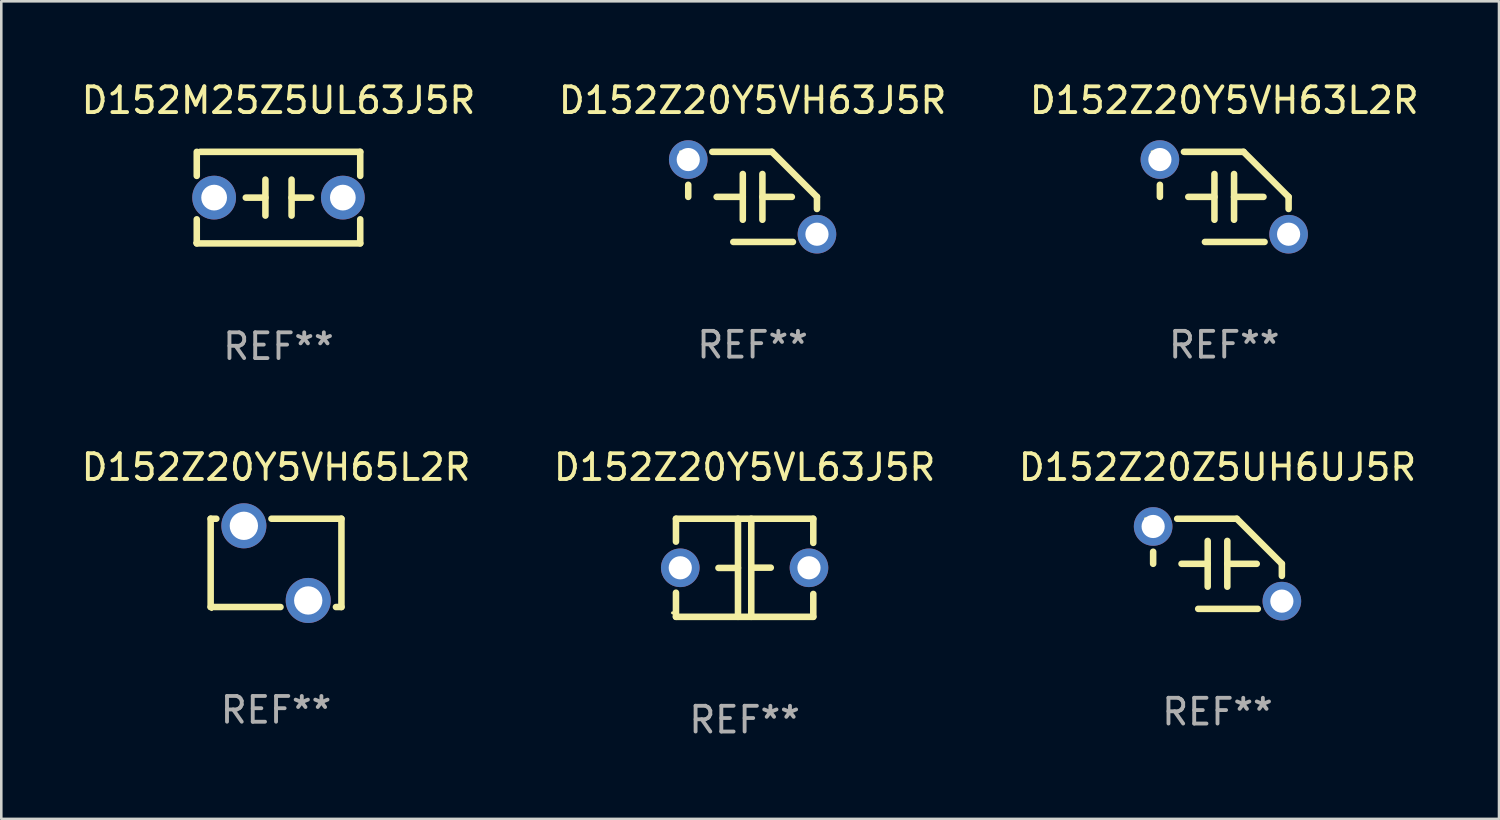
<source format=kicad_pcb>
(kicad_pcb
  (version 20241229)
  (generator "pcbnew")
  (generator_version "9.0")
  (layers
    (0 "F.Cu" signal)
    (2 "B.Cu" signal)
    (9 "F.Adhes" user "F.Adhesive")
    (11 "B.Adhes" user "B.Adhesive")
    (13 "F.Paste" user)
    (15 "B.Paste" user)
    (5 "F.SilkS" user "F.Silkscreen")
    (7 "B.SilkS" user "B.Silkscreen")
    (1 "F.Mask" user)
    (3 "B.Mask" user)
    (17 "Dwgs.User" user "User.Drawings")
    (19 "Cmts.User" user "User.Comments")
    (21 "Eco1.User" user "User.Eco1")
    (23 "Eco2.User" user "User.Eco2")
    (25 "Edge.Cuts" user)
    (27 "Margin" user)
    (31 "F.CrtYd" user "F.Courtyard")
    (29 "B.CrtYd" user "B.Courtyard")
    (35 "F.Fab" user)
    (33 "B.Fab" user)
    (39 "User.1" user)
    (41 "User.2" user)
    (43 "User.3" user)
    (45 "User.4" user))
  (footprint "D152Z20Y5VH63J5R"
    (layer "F.Cu")
    (at 26.185 4.598)
    (property "Reference" "D152Z20Y5VH63J5R" (at 0 -3.75 0) (layer "F.SilkS") (effects (font (size 1 1) (thickness 0.15))))
    (attr through_hole)
    (fp_line (start -2.5 0) (end -2.5 -0.469) (stroke (width 0.254) (type solid)) (layer "F.SilkS"))
    (fp_line (start -1.397 0) (end -0.381 0) (stroke (width 0.254) (type solid)) (layer "F.SilkS"))
    (fp_line (start -0.75 1.75) (end 1.566 1.75) (stroke (width 0.254) (type solid)) (layer "F.SilkS"))
    (fp_line (start -0.381 -0.889) (end -0.381 0.889) (stroke (width 0.254) (type solid)) (layer "F.SilkS"))
    (fp_line (start 0.381 -0.889) (end 0.381 0.889) (stroke (width 0.254) (type solid)) (layer "F.SilkS"))
    (fp_line (start 0.75 -1.75) (end -1.566 -1.75) (stroke (width 0.254) (type solid)) (layer "F.SilkS"))
    (fp_line (start 1.524 0) (end 0.381 0) (stroke (width 0.254) (type solid)) (layer "F.SilkS"))
    (fp_line (start 2.5 0) (end 2.5 0.469) (stroke (width 0.254) (type solid)) (layer "F.SilkS"))
    (fp_arc (start -2.499962 0) (mid 2.499984 -0.000022) (end -2.499962 0) (stroke (width 0.254001) (type solid)) (layer "F.SilkS"))
    (fp_arc (start 2.500013 0) (mid 1.623463 -0.873464) (end 0.749999 -1.750014) (stroke (width 0.254001) (type solid)) (layer "F.SilkS"))
    (fp_circle (center -2.8 -1.75) (end -2.77 -1.75) (stroke (width 0.06) (type solid)) (fill no) (layer "F.SilkS"))
    (fp_text user "REF**" (at 0 5.75 0) (layer "F.Fab") (effects (font (size 1 1) (thickness 0.15))))
    (pad "1" thru_hole circle (at -2.5 -1.45) (size 1.5 1.5) (drill 0.9) (layers "*.Cu" "*.Mask"))
    (pad "2" thru_hole circle (at 2.5 1.45) (size 1.5 1.5) (drill 0.9) (layers "*.Cu" "*.Mask")))
  (footprint "D152Z20Y5VH63L2R"
    (layer "F.Cu")
    (at 44.506 4.598)
    (property "Reference" "D152Z20Y5VH63L2R" (at 0 -3.75 0) (layer "F.SilkS") (effects (font (size 1 1) (thickness 0.15))))
    (attr through_hole)
    (fp_line (start -2.5 0) (end -2.5 -0.469) (stroke (width 0.254) (type solid)) (layer "F.SilkS"))
    (fp_line (start -1.397 0) (end -0.381 0) (stroke (width 0.254) (type solid)) (layer "F.SilkS"))
    (fp_line (start -0.75 1.75) (end 1.566 1.75) (stroke (width 0.254) (type solid)) (layer "F.SilkS"))
    (fp_line (start -0.381 -0.889) (end -0.381 0.889) (stroke (width 0.254) (type solid)) (layer "F.SilkS"))
    (fp_line (start 0.381 -0.889) (end 0.381 0.889) (stroke (width 0.254) (type solid)) (layer "F.SilkS"))
    (fp_line (start 0.75 -1.75) (end -1.566 -1.75) (stroke (width 0.254) (type solid)) (layer "F.SilkS"))
    (fp_line (start 1.524 0) (end 0.381 0) (stroke (width 0.254) (type solid)) (layer "F.SilkS"))
    (fp_line (start 2.5 0) (end 2.5 0.469) (stroke (width 0.254) (type solid)) (layer "F.SilkS"))
    (fp_arc (start -2.499962 0) (mid 2.499984 -0.000022) (end -2.499962 0) (stroke (width 0.254001) (type solid)) (layer "F.SilkS"))
    (fp_arc (start 2.500013 0) (mid 1.623463 -0.873464) (end 0.749999 -1.750014) (stroke (width 0.254001) (type solid)) (layer "F.SilkS"))
    (fp_circle (center -2.8 -1.75) (end -2.77 -1.75) (stroke (width 0.06) (type solid)) (fill no) (layer "F.SilkS"))
    (fp_text user "REF**" (at 0 5.75 0) (layer "F.Fab") (effects (font (size 1 1) (thickness 0.15))))
    (pad "1" thru_hole circle (at -2.5 -1.45) (size 1.5 1.5) (drill 0.9) (layers "*.Cu" "*.Mask"))
    (pad "2" thru_hole circle (at 2.5 1.45) (size 1.5 1.5) (drill 0.9) (layers "*.Cu" "*.Mask")))
  (footprint "D152Z20Z5UH6UJ5R"
    (layer "F.Cu")
    (at 44.244 18.851)
    (property "Reference" "D152Z20Z5UH6UJ5R" (at 0 -3.75 0) (layer "F.SilkS") (effects (font (size 1 1) (thickness 0.15))))
    (attr through_hole)
    (fp_line (start -2.5 0) (end -2.5 -0.469) (stroke (width 0.254) (type solid)) (layer "F.SilkS"))
    (fp_line (start -1.397 0) (end -0.381 0) (stroke (width 0.254) (type solid)) (layer "F.SilkS"))
    (fp_line (start -0.75 1.75) (end 1.566 1.75) (stroke (width 0.254) (type solid)) (layer "F.SilkS"))
    (fp_line (start -0.381 -0.889) (end -0.381 0.889) (stroke (width 0.254) (type solid)) (layer "F.SilkS"))
    (fp_line (start 0.381 -0.889) (end 0.381 0.889) (stroke (width 0.254) (type solid)) (layer "F.SilkS"))
    (fp_line (start 0.75 -1.75) (end -1.566 -1.75) (stroke (width 0.254) (type solid)) (layer "F.SilkS"))
    (fp_line (start 1.524 0) (end 0.381 0) (stroke (width 0.254) (type solid)) (layer "F.SilkS"))
    (fp_line (start 2.5 0) (end 2.5 0.469) (stroke (width 0.254) (type solid)) (layer "F.SilkS"))
    (fp_arc (start -2.499962 0) (mid 2.499984 -0.000022) (end -2.499962 0) (stroke (width 0.254001) (type solid)) (layer "F.SilkS"))
    (fp_arc (start 2.500013 0) (mid 1.623463 -0.873464) (end 0.749999 -1.750014) (stroke (width 0.254001) (type solid)) (layer "F.SilkS"))
    (fp_circle (center -2.8 -1.75) (end -2.77 -1.75) (stroke (width 0.06) (type solid)) (fill no) (layer "F.SilkS"))
    (fp_text user "REF**" (at 0 5.75 0) (layer "F.Fab") (effects (font (size 1 1) (thickness 0.15))))
    (pad "1" thru_hole circle (at -2.5 -1.45) (size 1.5 1.5) (drill 0.9) (layers "*.Cu" "*.Mask"))
    (pad "2" thru_hole circle (at 2.5 1.45) (size 1.5 1.5) (drill 0.9) (layers "*.Cu" "*.Mask")))
  (footprint "D152M25Z5UL63J5R"
    (layer "F.Cu")
    (at 7.768 4.626)
    (property "Reference" "D152M25Z5UL63J5R" (at 0 -3.778 0) (layer "F.SilkS") (effects (font (size 1 1) (thickness 0.15))))
    (attr through_hole)
    (fp_line (start -3.175 -1.778) (end -3.175 -0.844) (stroke (width 0.254) (type solid)) (layer "F.SilkS"))
    (fp_line (start -3.175 0.844) (end -3.175 1.778) (stroke (width 0.254) (type solid)) (layer "F.SilkS"))
    (fp_line (start -3.175 1.778) (end 3.175 1.778) (stroke (width 0.254) (type solid)) (layer "F.SilkS"))
    (fp_line (start -0.508 -0.699) (end -0.508 0.699) (stroke (width 0.254) (type solid)) (layer "F.SilkS"))
    (fp_line (start -0.508 0.001) (end -1.27 0.001) (stroke (width 0.254) (type solid)) (layer "F.SilkS"))
    (fp_line (start 0.508 0.001) (end 1.27 0.001) (stroke (width 0.254) (type solid)) (layer "F.SilkS"))
    (fp_line (start 0.508 0.699) (end 0.508 -0.699) (stroke (width 0.254) (type solid)) (layer "F.SilkS"))
    (fp_line (start 3.175 -1.778) (end -3.048 -1.778) (stroke (width 0.254) (type solid)) (layer "F.SilkS"))
    (fp_line (start 3.175 -0.844) (end 3.175 -1.778) (stroke (width 0.254) (type solid)) (layer "F.SilkS"))
    (fp_line (start 3.175 1.778) (end 3.175 0.844) (stroke (width 0.254) (type solid)) (layer "F.SilkS"))
    (fp_circle (center -3.25 1.75) (end -3.22 1.75) (stroke (width 0.06) (type solid)) (fill no) (layer "F.SilkS"))
    (fp_text user "REF**" (at 0 5.778 0) (layer "F.Fab") (effects (font (size 1 1) (thickness 0.15))))
    (pad "1" thru_hole circle (at -2.5 0) (size 1.7 1.7) (drill 1) (layers "*.Cu" "*.Mask"))
    (pad "2" thru_hole circle (at 2.5 0) (size 1.7 1.7) (drill 1) (layers "*.Cu" "*.Mask")))
  (footprint "D152Z20Y5VL63J5R"
    (layer "F.Cu")
    (at 25.875 19.006)
    (property "Reference" "D152Z20Y5VL63J5R" (at 0 -3.905 0) (layer "F.SilkS") (effects (font (size 1 1) (thickness 0.15))))
    (attr through_hole)
    (fp_line (start -2.667 -1.905) (end -2.667 -1.016) (stroke (width 0.254) (type solid)) (layer "F.SilkS"))
    (fp_line (start -2.667 0.967) (end -2.667 1.905) (stroke (width 0.254) (type solid)) (layer "F.SilkS"))
    (fp_line (start -2.667 1.905) (end 2.667 1.905) (stroke (width 0.254) (type solid)) (layer "F.SilkS"))
    (fp_line (start -0.258 0.005) (end -1.016 0.005) (stroke (width 0.254) (type solid)) (layer "F.SilkS"))
    (fp_line (start -0.258 1.905) (end -0.258 -1.905) (stroke (width 0.254) (type solid)) (layer "F.SilkS"))
    (fp_line (start 0.258 -1.905) (end 0.258 1.905) (stroke (width 0.254) (type solid)) (layer "F.SilkS"))
    (fp_line (start 0.258 -0.005) (end 1.016 -0.005) (stroke (width 0.254) (type solid)) (layer "F.SilkS"))
    (fp_line (start 2.667 -1.905) (end -2.667 -1.905) (stroke (width 0.254) (type solid)) (layer "F.SilkS"))
    (fp_line (start 2.667 -0.967) (end 2.667 -1.905) (stroke (width 0.254) (type solid)) (layer "F.SilkS"))
    (fp_line (start 2.667 1.905) (end 2.667 1.016) (stroke (width 0.254) (type solid)) (layer "F.SilkS"))
    (fp_circle (center -2.8 1.75) (end -2.77 1.75) (stroke (width 0.06) (type solid)) (fill no) (layer "F.SilkS"))
    (fp_text user "REF**" (at 0 5.905 0) (layer "F.Fab") (effects (font (size 1 1) (thickness 0.15))))
    (pad "1" thru_hole circle (at -2.5 0) (size 1.5 1.5) (drill 0.9) (layers "*.Cu" "*.Mask"))
    (pad "2" thru_hole circle (at 2.5 0) (size 1.5 1.5) (drill 0.9) (layers "*.Cu" "*.Mask")))
  (footprint "D152Z20Y5VH65L2R"
    (layer "F.Cu")
    (at 7.673 18.815)
    (property "Reference" "D152Z20Y5VH65L2R" (at 0 -3.715 0) (layer "F.SilkS") (effects (font (size 1 1) (thickness 0.15))))
    (attr through_hole)
    (fp_line (start -2.54 -1.715) (end -2.321 -1.715) (stroke (width 0.254) (type solid)) (layer "F.SilkS"))
    (fp_line (start -2.54 1.715) (end -2.54 -1.715) (stroke (width 0.254) (type solid)) (layer "F.SilkS"))
    (fp_line (start -0.179 -1.715) (end 2.54 -1.715) (stroke (width 0.254) (type solid)) (layer "F.SilkS"))
    (fp_line (start 0.173 1.715) (end -2.54 1.715) (stroke (width 0.254) (type solid)) (layer "F.SilkS"))
    (fp_line (start 2.54 -1.715) (end 2.54 1.715) (stroke (width 0.254) (type solid)) (layer "F.SilkS"))
    (fp_line (start 2.54 1.715) (end 2.327 1.715) (stroke (width 0.254) (type solid)) (layer "F.SilkS"))
    (fp_circle (center -2.5 1.814) (end -2.47 1.814) (stroke (width 0.06) (type solid)) (fill no) (layer "F.SilkS"))
    (fp_text user "REF**" (at 0 5.715 0) (layer "F.Fab") (effects (font (size 1 1) (thickness 0.15))))
    (pad "1" thru_hole circle (at -1.25 -1.44) (size 1.75 1.75) (drill 1.1) (layers "*.Cu" "*.Mask"))
    (pad "2" thru_hole circle (at 1.25 1.46) (size 1.75 1.75) (drill 1.1) (layers "*.Cu" "*.Mask")))
  (gr_rect
    (start -3 -3)
    (end 55.179 28.759)
    (stroke (width 0.1) (type default))
    (fill no)
    (layer "Edge.Cuts")))
</source>
